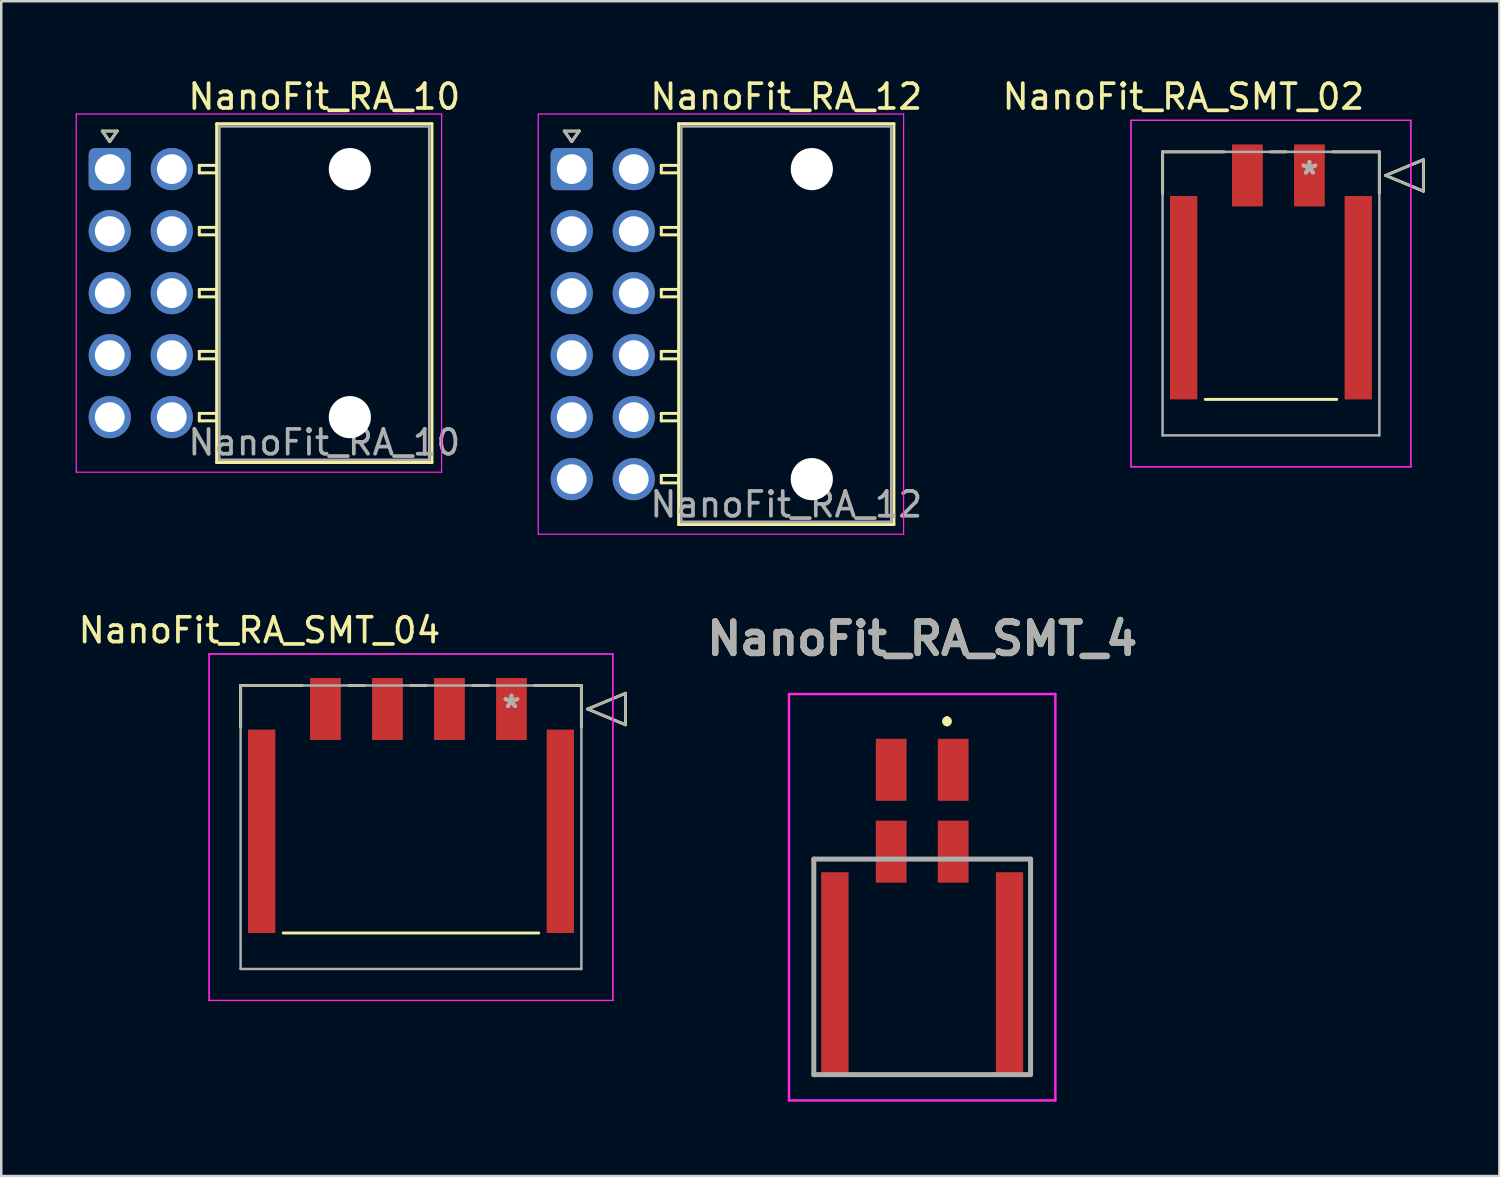
<source format=kicad_pcb>
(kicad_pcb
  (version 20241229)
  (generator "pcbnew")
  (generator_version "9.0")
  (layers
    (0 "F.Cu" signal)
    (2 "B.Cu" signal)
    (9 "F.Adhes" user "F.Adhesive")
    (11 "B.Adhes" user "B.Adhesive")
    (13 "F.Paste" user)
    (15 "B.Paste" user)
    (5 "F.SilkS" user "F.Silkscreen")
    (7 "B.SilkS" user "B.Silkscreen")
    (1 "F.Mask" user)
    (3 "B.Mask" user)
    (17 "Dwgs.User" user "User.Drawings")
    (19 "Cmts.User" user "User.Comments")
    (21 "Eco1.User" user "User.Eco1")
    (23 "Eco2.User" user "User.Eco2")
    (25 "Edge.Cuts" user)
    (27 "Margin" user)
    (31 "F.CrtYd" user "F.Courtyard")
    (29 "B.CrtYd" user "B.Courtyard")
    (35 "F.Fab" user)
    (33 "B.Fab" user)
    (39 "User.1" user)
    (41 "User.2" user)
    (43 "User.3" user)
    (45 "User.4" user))
  (footprint "NanoFit_RA_SMT_02"
    (layer "F.Cu")
    (at 49.743 4.023)
    (property "Reference" "NanoFit_RA_SMT_02" (at -5.08 -3.175 0) (layer "F.SilkS") (effects (font (size 1 1) (thickness 0.15))))
    (attr through_hole)
    (fp_line (start -5.92 -0.95) (end -5.92 0.719) (stroke (width 0.12) (type solid)) (layer "F.SilkS"))
    (fp_line (start -4.2 9.03) (end 1.1 9.03) (stroke (width 0.12) (type solid)) (layer "F.SilkS"))
    (fp_line (start -3.44 -0.95) (end -5.92 -0.95) (stroke (width 0.12) (type solid)) (layer "F.SilkS"))
    (fp_line (start -0.94 -0.95) (end -1.56 -0.95) (stroke (width 0.12) (type solid)) (layer "F.SilkS"))
    (fp_line (start 2.82 -0.95) (end 0.94 -0.95) (stroke (width 0.12) (type solid)) (layer "F.SilkS"))
    (fp_line (start 2.82 0.719) (end 2.82 -0.95) (stroke (width 0.12) (type solid)) (layer "F.SilkS"))
    (fp_line (start 3.074 0) (end 4.598 -0.635) (stroke (width 0.12) (type solid)) (layer "F.SilkS"))
    (fp_line (start 4.598 -0.635) (end 4.598 0.635) (stroke (width 0.12) (type solid)) (layer "F.SilkS"))
    (fp_line (start 4.598 0.635) (end 3.074 0) (stroke (width 0.12) (type solid)) (layer "F.SilkS"))
    (fp_line (start -7.19 -2.22) (end -7.19 11.75) (stroke (width 0.05) (type solid)) (layer "F.CrtYd"))
    (fp_line (start -7.19 -2.22) (end -7.19 11.75) (stroke (width 0.05) (type solid)) (layer "F.CrtYd"))
    (fp_line (start -7.19 11.75) (end 4.09 11.75) (stroke (width 0.05) (type solid)) (layer "F.CrtYd"))
    (fp_line (start -7.19 11.75) (end 4.09 11.75) (stroke (width 0.05) (type solid)) (layer "F.CrtYd"))
    (fp_line (start 4.09 -2.22) (end -7.19 -2.22) (stroke (width 0.05) (type solid)) (layer "F.CrtYd"))
    (fp_line (start 4.09 -2.22) (end -7.19 -2.22) (stroke (width 0.05) (type solid)) (layer "F.CrtYd"))
    (fp_line (start 4.09 11.75) (end 4.09 -2.22) (stroke (width 0.05) (type solid)) (layer "F.CrtYd"))
    (fp_line (start 4.09 11.75) (end 4.09 -2.22) (stroke (width 0.05) (type solid)) (layer "F.CrtYd"))
    (fp_line (start -5.92 -0.95) (end -5.92 10.48) (stroke (width 0.1) (type solid)) (layer "F.Fab"))
    (fp_line (start -5.92 10.48) (end 2.82 10.48) (stroke (width 0.1) (type solid)) (layer "F.Fab"))
    (fp_line (start 2.82 -0.95) (end -5.92 -0.95) (stroke (width 0.1) (type solid)) (layer "F.Fab"))
    (fp_line (start 2.82 10.48) (end 2.82 -0.95) (stroke (width 0.1) (type solid)) (layer "F.Fab"))
    (fp_line (start 3.074 0) (end 4.598 -0.635) (stroke (width 0.1) (type solid)) (layer "F.Fab"))
    (fp_line (start 4.598 -0.635) (end 4.598 0.635) (stroke (width 0.1) (type solid)) (layer "F.Fab"))
    (fp_line (start 4.598 0.635) (end 3.074 0) (stroke (width 0.1) (type solid)) (layer "F.Fab"))
    (fp_text user "*" (at 0 0 0) (layer "F.SilkS") (effects (font (size 1 1) (thickness 0.15))))
    (fp_text user "*" (at 0 0 0) (layer "F.Fab") (effects (font (size 1 1) (thickness 0.15))))
    (pad "1" smd rect (at 0 0) (size 1.24 2.5) (layers "F.Cu" "F.Mask" "F.Paste"))
    (pad "2" smd rect (at -2.5 0) (size 1.24 2.5) (layers "F.Cu" "F.Mask" "F.Paste"))
    (pad "3" smd rect (at 1.97 4.93) (size 1.1 8.2) (layers "F.Cu" "F.Mask" "F.Paste"))
    (pad "4" smd rect (at -5.07 4.93) (size 1.1 8.2) (layers "F.Cu" "F.Mask" "F.Paste")))
  (footprint "NanoFit_RA_SMT_4"
    (layer "F.Cu")
    (at 34.131 34.132)
    (property "Reference" "NanoFit_RA_SMT_4" (at 0 -11.43 0) (layer "F.SilkS") (effects (font (size 1.27 1.27) (thickness 0.254))))
    (attr smd)
    (fp_line (start -4.37 -2.545) (end -4.37 6.145) (stroke (width 0.1) (type solid)) (layer "F.SilkS"))
    (fp_line (start 1 -8.2) (end 1 -8.2) (stroke (width 0.2) (type solid)) (layer "F.SilkS"))
    (fp_line (start 1 -8) (end 1 -8) (stroke (width 0.2) (type solid)) (layer "F.SilkS"))
    (fp_line (start 4.37 -2.545) (end 4.37 6.145) (stroke (width 0.1) (type solid)) (layer "F.SilkS"))
    (fp_arc (start 1 -8.2) (mid 1.1 -8.1) (end 1 -8) (stroke (width 0.2) (type solid)) (layer "F.SilkS"))
    (fp_arc (start 1 -8) (mid 0.9 -8.1) (end 1 -8.2) (stroke (width 0.2) (type solid)) (layer "F.SilkS"))
    (fp_line (start -5.37 -9.2) (end 5.37 -9.2) (stroke (width 0.1) (type solid)) (layer "F.CrtYd"))
    (fp_line (start -5.37 7.185) (end -5.37 -9.2) (stroke (width 0.1) (type solid)) (layer "F.CrtYd"))
    (fp_line (start 5.37 -9.2) (end 5.37 7.185) (stroke (width 0.1) (type solid)) (layer "F.CrtYd"))
    (fp_line (start 5.37 7.185) (end -5.37 7.185) (stroke (width 0.1) (type solid)) (layer "F.CrtYd"))
    (fp_line (start -4.37 -2.545) (end 4.37 -2.545) (stroke (width 0.2) (type solid)) (layer "F.Fab"))
    (fp_line (start -4.37 6.145) (end -4.37 -2.545) (stroke (width 0.2) (type solid)) (layer "F.Fab"))
    (fp_line (start 4.37 -2.545) (end 4.37 6.145) (stroke (width 0.2) (type solid)) (layer "F.Fab"))
    (fp_line (start 4.37 6.145) (end -4.37 6.145) (stroke (width 0.2) (type solid)) (layer "F.Fab"))
    (fp_text user "${REFERENCE}" (at 0 -11.43 0) (layer "F.Fab") (effects (font (size 1.27 1.27) (thickness 0.254))))
    (pad "1" smd rect (at 1.25 -6.145) (size 1.24 2.5) (layers "F.Cu" "F.Mask" "F.Paste"))
    (pad "2" smd rect (at -1.25 -6.145) (size 1.24 2.5) (layers "F.Cu" "F.Mask" "F.Paste"))
    (pad "3" smd rect (at 1.25 -2.845) (size 1.24 2.5) (layers "F.Cu" "F.Mask" "F.Paste"))
    (pad "4" smd rect (at -1.25 -2.845) (size 1.24 2.5) (layers "F.Cu" "F.Mask" "F.Paste"))
    (pad "MP1" smd rect (at -3.52 2.085) (size 1.1 8.2) (layers "F.Cu" "F.Mask" "F.Paste"))
    (pad "MP2" smd rect (at 3.52 2.085) (size 1.1 8.2) (layers "F.Cu" "F.Mask" "F.Paste")))
  (footprint "NanoFit_RA_10"
    (layer "F.Cu")
    (at 1.375 3.768)
    (property "Reference" "NanoFit_RA_10" (at 8.65 -2.92 0) (layer "F.SilkS") (effects (font (size 1 1) (thickness 0.15))))
    (attr through_hole)
    (fp_line (start -0.3 -1.534) (end 0 -1.11) (stroke (width 0.12) (type solid)) (layer "F.SilkS"))
    (fp_line (start 0 -1.11) (end 0.3 -1.534) (stroke (width 0.12) (type solid)) (layer "F.SilkS"))
    (fp_line (start 0.3 -1.534) (end -0.3 -1.534) (stroke (width 0.12) (type solid)) (layer "F.SilkS"))
    (fp_line (start 3.61 -0.15) (end 3.61 0.15) (stroke (width 0.12) (type solid)) (layer "F.SilkS"))
    (fp_line (start 3.61 0.15) (end 4.31 0.15) (stroke (width 0.12) (type solid)) (layer "F.SilkS"))
    (fp_line (start 3.61 2.35) (end 3.61 2.65) (stroke (width 0.12) (type solid)) (layer "F.SilkS"))
    (fp_line (start 3.61 2.65) (end 4.31 2.65) (stroke (width 0.12) (type solid)) (layer "F.SilkS"))
    (fp_line (start 3.61 4.85) (end 3.61 5.15) (stroke (width 0.12) (type solid)) (layer "F.SilkS"))
    (fp_line (start 3.61 5.15) (end 4.31 5.15) (stroke (width 0.12) (type solid)) (layer "F.SilkS"))
    (fp_line (start 3.61 7.35) (end 3.61 7.65) (stroke (width 0.12) (type solid)) (layer "F.SilkS"))
    (fp_line (start 3.61 7.65) (end 4.31 7.65) (stroke (width 0.12) (type solid)) (layer "F.SilkS"))
    (fp_line (start 3.61 9.85) (end 3.61 10.15) (stroke (width 0.12) (type solid)) (layer "F.SilkS"))
    (fp_line (start 3.61 10.15) (end 4.31 10.15) (stroke (width 0.12) (type solid)) (layer "F.SilkS"))
    (fp_line (start 4.31 -1.83) (end 4.31 11.83) (stroke (width 0.12) (type solid)) (layer "F.SilkS"))
    (fp_line (start 4.31 -0.15) (end 3.61 -0.15) (stroke (width 0.12) (type solid)) (layer "F.SilkS"))
    (fp_line (start 4.31 0.15) (end 4.31 -0.15) (stroke (width 0.12) (type solid)) (layer "F.SilkS"))
    (fp_line (start 4.31 2.35) (end 3.61 2.35) (stroke (width 0.12) (type solid)) (layer "F.SilkS"))
    (fp_line (start 4.31 2.65) (end 4.31 2.35) (stroke (width 0.12) (type solid)) (layer "F.SilkS"))
    (fp_line (start 4.31 4.85) (end 3.61 4.85) (stroke (width 0.12) (type solid)) (layer "F.SilkS"))
    (fp_line (start 4.31 5.15) (end 4.31 4.85) (stroke (width 0.12) (type solid)) (layer "F.SilkS"))
    (fp_line (start 4.31 7.35) (end 3.61 7.35) (stroke (width 0.12) (type solid)) (layer "F.SilkS"))
    (fp_line (start 4.31 7.65) (end 4.31 7.35) (stroke (width 0.12) (type solid)) (layer "F.SilkS"))
    (fp_line (start 4.31 9.85) (end 3.61 9.85) (stroke (width 0.12) (type solid)) (layer "F.SilkS"))
    (fp_line (start 4.31 10.15) (end 4.31 9.85) (stroke (width 0.12) (type solid)) (layer "F.SilkS"))
    (fp_line (start 4.31 11.83) (end 12.99 11.83) (stroke (width 0.12) (type solid)) (layer "F.SilkS"))
    (fp_line (start 12.99 -1.83) (end 4.31 -1.83) (stroke (width 0.12) (type solid)) (layer "F.SilkS"))
    (fp_line (start 12.99 11.83) (end 12.99 -1.83) (stroke (width 0.12) (type solid)) (layer "F.SilkS"))
    (fp_line (start -1.35 -2.22) (end -1.35 12.22) (stroke (width 0.05) (type solid)) (layer "F.CrtYd"))
    (fp_line (start -1.35 12.22) (end 13.38 12.22) (stroke (width 0.05) (type solid)) (layer "F.CrtYd"))
    (fp_line (start 13.38 -2.22) (end -1.35 -2.22) (stroke (width 0.05) (type solid)) (layer "F.CrtYd"))
    (fp_line (start 13.38 12.22) (end 13.38 -2.22) (stroke (width 0.05) (type solid)) (layer "F.CrtYd"))
    (fp_line (start -0.3 -1.534) (end 0 -1.11) (stroke (width 0.1) (type solid)) (layer "F.Fab"))
    (fp_line (start 0 -1.11) (end 0.3 -1.534) (stroke (width 0.1) (type solid)) (layer "F.Fab"))
    (fp_line (start 0.3 -1.534) (end -0.3 -1.534) (stroke (width 0.1) (type solid)) (layer "F.Fab"))
    (fp_line (start 4.42 -1.72) (end 4.42 11.72) (stroke (width 0.1) (type solid)) (layer "F.Fab"))
    (fp_line (start 4.42 11.72) (end 12.88 11.72) (stroke (width 0.1) (type solid)) (layer "F.Fab"))
    (fp_line (start 12.88 -1.72) (end 4.42 -1.72) (stroke (width 0.1) (type solid)) (layer "F.Fab"))
    (fp_line (start 12.88 11.72) (end 12.88 -1.72) (stroke (width 0.1) (type solid)) (layer "F.Fab"))
    (fp_text user "${REFERENCE}" (at 8.65 11.02 0) (layer "F.Fab") (effects (font (size 1 1) (thickness 0.15))))
    (pad "" np_thru_hole circle (at 9.68 0) (size 1.7 1.7) (drill 1.7) (layers "*.Cu" "*.Mask"))
    (pad "" np_thru_hole circle (at 9.68 10) (size 1.7 1.7) (drill 1.7) (layers "*.Cu" "*.Mask"))
    (pad "1" thru_hole roundrect (at 0 0) (size 1.7 1.7) (drill 1.2) (layers "*.Cu" "*.Mask") (roundrect_rratio 0.147))
    (pad "2" thru_hole circle (at 0 2.5) (size 1.7 1.7) (drill 1.2) (layers "*.Cu" "*.Mask"))
    (pad "3" thru_hole circle (at 0 5) (size 1.7 1.7) (drill 1.2) (layers "*.Cu" "*.Mask"))
    (pad "4" thru_hole circle (at 0 7.5) (size 1.7 1.7) (drill 1.2) (layers "*.Cu" "*.Mask"))
    (pad "5" thru_hole circle (at 0 10) (size 1.7 1.7) (drill 1.2) (layers "*.Cu" "*.Mask"))
    (pad "6" thru_hole circle (at 2.5 0) (size 1.7 1.7) (drill 1.2) (layers "*.Cu" "*.Mask"))
    (pad "7" thru_hole circle (at 2.5 2.5) (size 1.7 1.7) (drill 1.2) (layers "*.Cu" "*.Mask"))
    (pad "8" thru_hole circle (at 2.5 5) (size 1.7 1.7) (drill 1.2) (layers "*.Cu" "*.Mask"))
    (pad "9" thru_hole circle (at 2.5 7.5) (size 1.7 1.7) (drill 1.2) (layers "*.Cu" "*.Mask"))
    (pad "10" thru_hole circle (at 2.5 10) (size 1.7 1.7) (drill 1.2) (layers "*.Cu" "*.Mask")))
  (footprint "NanoFit_RA_12"
    (layer "F.Cu")
    (at 20.001 3.768)
    (property "Reference" "NanoFit_RA_12" (at 8.65 -2.92 0) (layer "F.SilkS") (effects (font (size 1 1) (thickness 0.15))))
    (attr through_hole)
    (fp_line (start -0.3 -1.534) (end 0 -1.11) (stroke (width 0.12) (type solid)) (layer "F.SilkS"))
    (fp_line (start 0 -1.11) (end 0.3 -1.534) (stroke (width 0.12) (type solid)) (layer "F.SilkS"))
    (fp_line (start 0.3 -1.534) (end -0.3 -1.534) (stroke (width 0.12) (type solid)) (layer "F.SilkS"))
    (fp_line (start 3.61 -0.15) (end 3.61 0.15) (stroke (width 0.12) (type solid)) (layer "F.SilkS"))
    (fp_line (start 3.61 0.15) (end 4.31 0.15) (stroke (width 0.12) (type solid)) (layer "F.SilkS"))
    (fp_line (start 3.61 2.35) (end 3.61 2.65) (stroke (width 0.12) (type solid)) (layer "F.SilkS"))
    (fp_line (start 3.61 2.65) (end 4.31 2.65) (stroke (width 0.12) (type solid)) (layer "F.SilkS"))
    (fp_line (start 3.61 4.85) (end 3.61 5.15) (stroke (width 0.12) (type solid)) (layer "F.SilkS"))
    (fp_line (start 3.61 5.15) (end 4.31 5.15) (stroke (width 0.12) (type solid)) (layer "F.SilkS"))
    (fp_line (start 3.61 7.35) (end 3.61 7.65) (stroke (width 0.12) (type solid)) (layer "F.SilkS"))
    (fp_line (start 3.61 7.65) (end 4.31 7.65) (stroke (width 0.12) (type solid)) (layer "F.SilkS"))
    (fp_line (start 3.61 9.85) (end 3.61 10.15) (stroke (width 0.12) (type solid)) (layer "F.SilkS"))
    (fp_line (start 3.61 10.15) (end 4.31 10.15) (stroke (width 0.12) (type solid)) (layer "F.SilkS"))
    (fp_line (start 3.61 12.35) (end 3.61 12.65) (stroke (width 0.12) (type solid)) (layer "F.SilkS"))
    (fp_line (start 3.61 12.65) (end 4.31 12.65) (stroke (width 0.12) (type solid)) (layer "F.SilkS"))
    (fp_line (start 4.31 -1.83) (end 4.31 14.33) (stroke (width 0.12) (type solid)) (layer "F.SilkS"))
    (fp_line (start 4.31 -0.15) (end 3.61 -0.15) (stroke (width 0.12) (type solid)) (layer "F.SilkS"))
    (fp_line (start 4.31 0.15) (end 4.31 -0.15) (stroke (width 0.12) (type solid)) (layer "F.SilkS"))
    (fp_line (start 4.31 2.35) (end 3.61 2.35) (stroke (width 0.12) (type solid)) (layer "F.SilkS"))
    (fp_line (start 4.31 2.65) (end 4.31 2.35) (stroke (width 0.12) (type solid)) (layer "F.SilkS"))
    (fp_line (start 4.31 4.85) (end 3.61 4.85) (stroke (width 0.12) (type solid)) (layer "F.SilkS"))
    (fp_line (start 4.31 5.15) (end 4.31 4.85) (stroke (width 0.12) (type solid)) (layer "F.SilkS"))
    (fp_line (start 4.31 7.35) (end 3.61 7.35) (stroke (width 0.12) (type solid)) (layer "F.SilkS"))
    (fp_line (start 4.31 7.65) (end 4.31 7.35) (stroke (width 0.12) (type solid)) (layer "F.SilkS"))
    (fp_line (start 4.31 9.85) (end 3.61 9.85) (stroke (width 0.12) (type solid)) (layer "F.SilkS"))
    (fp_line (start 4.31 10.15) (end 4.31 9.85) (stroke (width 0.12) (type solid)) (layer "F.SilkS"))
    (fp_line (start 4.31 12.35) (end 3.61 12.35) (stroke (width 0.12) (type solid)) (layer "F.SilkS"))
    (fp_line (start 4.31 12.65) (end 4.31 12.35) (stroke (width 0.12) (type solid)) (layer "F.SilkS"))
    (fp_line (start 4.31 14.33) (end 12.99 14.33) (stroke (width 0.12) (type solid)) (layer "F.SilkS"))
    (fp_line (start 12.99 -1.83) (end 4.31 -1.83) (stroke (width 0.12) (type solid)) (layer "F.SilkS"))
    (fp_line (start 12.99 14.33) (end 12.99 -1.83) (stroke (width 0.12) (type solid)) (layer "F.SilkS"))
    (fp_line (start -1.35 -2.22) (end -1.35 14.72) (stroke (width 0.05) (type solid)) (layer "F.CrtYd"))
    (fp_line (start -1.35 14.72) (end 13.38 14.72) (stroke (width 0.05) (type solid)) (layer "F.CrtYd"))
    (fp_line (start 13.38 -2.22) (end -1.35 -2.22) (stroke (width 0.05) (type solid)) (layer "F.CrtYd"))
    (fp_line (start 13.38 14.72) (end 13.38 -2.22) (stroke (width 0.05) (type solid)) (layer "F.CrtYd"))
    (fp_line (start -0.3 -1.534) (end 0 -1.11) (stroke (width 0.1) (type solid)) (layer "F.Fab"))
    (fp_line (start 0 -1.11) (end 0.3 -1.534) (stroke (width 0.1) (type solid)) (layer "F.Fab"))
    (fp_line (start 0.3 -1.534) (end -0.3 -1.534) (stroke (width 0.1) (type solid)) (layer "F.Fab"))
    (fp_line (start 4.42 -1.72) (end 4.42 14.22) (stroke (width 0.1) (type solid)) (layer "F.Fab"))
    (fp_line (start 4.42 14.22) (end 12.88 14.22) (stroke (width 0.1) (type solid)) (layer "F.Fab"))
    (fp_line (start 12.88 -1.72) (end 4.42 -1.72) (stroke (width 0.1) (type solid)) (layer "F.Fab"))
    (fp_line (start 12.88 14.22) (end 12.88 -1.72) (stroke (width 0.1) (type solid)) (layer "F.Fab"))
    (fp_text user "${REFERENCE}" (at 8.65 13.52 0) (layer "F.Fab") (effects (font (size 1 1) (thickness 0.15))))
    (pad "" np_thru_hole circle (at 9.68 0) (size 1.7 1.7) (drill 1.7) (layers "*.Cu" "*.Mask"))
    (pad "" np_thru_hole circle (at 9.68 12.5) (size 1.7 1.7) (drill 1.7) (layers "*.Cu" "*.Mask"))
    (pad "1" thru_hole roundrect (at 0 0) (size 1.7 1.7) (drill 1.2) (layers "*.Cu" "*.Mask") (roundrect_rratio 0.147))
    (pad "2" thru_hole circle (at 0 2.5) (size 1.7 1.7) (drill 1.2) (layers "*.Cu" "*.Mask"))
    (pad "3" thru_hole circle (at 0 5) (size 1.7 1.7) (drill 1.2) (layers "*.Cu" "*.Mask"))
    (pad "4" thru_hole circle (at 0 7.5) (size 1.7 1.7) (drill 1.2) (layers "*.Cu" "*.Mask"))
    (pad "5" thru_hole circle (at 0 10) (size 1.7 1.7) (drill 1.2) (layers "*.Cu" "*.Mask"))
    (pad "6" thru_hole circle (at 0 12.5) (size 1.7 1.7) (drill 1.2) (layers "*.Cu" "*.Mask"))
    (pad "7" thru_hole circle (at 2.5 0) (size 1.7 1.7) (drill 1.2) (layers "*.Cu" "*.Mask"))
    (pad "8" thru_hole circle (at 2.5 2.5) (size 1.7 1.7) (drill 1.2) (layers "*.Cu" "*.Mask"))
    (pad "9" thru_hole circle (at 2.5 5) (size 1.7 1.7) (drill 1.2) (layers "*.Cu" "*.Mask"))
    (pad "10" thru_hole circle (at 2.5 7.5) (size 1.7 1.7) (drill 1.2) (layers "*.Cu" "*.Mask"))
    (pad "11" thru_hole circle (at 2.5 10) (size 1.7 1.7) (drill 1.2) (layers "*.Cu" "*.Mask"))
    (pad "12" thru_hole circle (at 2.5 12.5) (size 1.7 1.7) (drill 1.2) (layers "*.Cu" "*.Mask")))
  (footprint "NanoFit_RA_SMT_04"
    (layer "F.Cu")
    (at 17.571 25.537)
    (property "Reference" "NanoFit_RA_SMT_04" (at -10.16 -3.175 0) (layer "F.SilkS") (effects (font (size 1 1) (thickness 0.15))))
    (attr through_hole)
    (fp_line (start -10.92 -0.95) (end -10.92 0.719) (stroke (width 0.12) (type solid)) (layer "F.SilkS"))
    (fp_line (start -9.2 9.03) (end 1.1 9.03) (stroke (width 0.12) (type solid)) (layer "F.SilkS"))
    (fp_line (start -8.44 -0.95) (end -10.92 -0.95) (stroke (width 0.12) (type solid)) (layer "F.SilkS"))
    (fp_line (start -5.94 -0.95) (end -6.56 -0.95) (stroke (width 0.12) (type solid)) (layer "F.SilkS"))
    (fp_line (start -3.44 -0.95) (end -4.06 -0.95) (stroke (width 0.12) (type solid)) (layer "F.SilkS"))
    (fp_line (start -0.94 -0.95) (end -1.56 -0.95) (stroke (width 0.12) (type solid)) (layer "F.SilkS"))
    (fp_line (start 2.82 -0.95) (end 0.94 -0.95) (stroke (width 0.12) (type solid)) (layer "F.SilkS"))
    (fp_line (start 2.82 0.719) (end 2.82 -0.95) (stroke (width 0.12) (type solid)) (layer "F.SilkS"))
    (fp_line (start 3.074 0) (end 4.598 -0.635) (stroke (width 0.12) (type solid)) (layer "F.SilkS"))
    (fp_line (start 4.598 -0.635) (end 4.598 0.635) (stroke (width 0.12) (type solid)) (layer "F.SilkS"))
    (fp_line (start 4.598 0.635) (end 3.074 0) (stroke (width 0.12) (type solid)) (layer "F.SilkS"))
    (fp_line (start -12.19 -2.22) (end -12.19 11.75) (stroke (width 0.05) (type solid)) (layer "F.CrtYd"))
    (fp_line (start -12.19 -2.22) (end -12.19 11.75) (stroke (width 0.05) (type solid)) (layer "F.CrtYd"))
    (fp_line (start -12.19 11.75) (end 4.09 11.75) (stroke (width 0.05) (type solid)) (layer "F.CrtYd"))
    (fp_line (start -12.19 11.75) (end 4.09 11.75) (stroke (width 0.05) (type solid)) (layer "F.CrtYd"))
    (fp_line (start 4.09 -2.22) (end -12.19 -2.22) (stroke (width 0.05) (type solid)) (layer "F.CrtYd"))
    (fp_line (start 4.09 -2.22) (end -12.19 -2.22) (stroke (width 0.05) (type solid)) (layer "F.CrtYd"))
    (fp_line (start 4.09 11.75) (end 4.09 -2.22) (stroke (width 0.05) (type solid)) (layer "F.CrtYd"))
    (fp_line (start 4.09 11.75) (end 4.09 -2.22) (stroke (width 0.05) (type solid)) (layer "F.CrtYd"))
    (fp_line (start -10.92 -0.95) (end -10.92 10.48) (stroke (width 0.1) (type solid)) (layer "F.Fab"))
    (fp_line (start -10.92 10.48) (end 2.82 10.48) (stroke (width 0.1) (type solid)) (layer "F.Fab"))
    (fp_line (start 2.82 -0.95) (end -10.92 -0.95) (stroke (width 0.1) (type solid)) (layer "F.Fab"))
    (fp_line (start 2.82 10.48) (end 2.82 -0.95) (stroke (width 0.1) (type solid)) (layer "F.Fab"))
    (fp_line (start 3.074 0) (end 4.598 -0.635) (stroke (width 0.1) (type solid)) (layer "F.Fab"))
    (fp_line (start 4.598 -0.635) (end 4.598 0.635) (stroke (width 0.1) (type solid)) (layer "F.Fab"))
    (fp_line (start 4.598 0.635) (end 3.074 0) (stroke (width 0.1) (type solid)) (layer "F.Fab"))
    (fp_text user "*" (at 0 0 0) (layer "F.SilkS") (effects (font (size 1 1) (thickness 0.15))))
    (fp_text user "*" (at 0 0 0) (layer "F.Fab") (effects (font (size 1 1) (thickness 0.15))))
    (pad "1" smd rect (at 0 0) (size 1.24 2.5) (layers "F.Cu" "F.Mask" "F.Paste"))
    (pad "2" smd rect (at -2.5 0) (size 1.24 2.5) (layers "F.Cu" "F.Mask" "F.Paste"))
    (pad "3" smd rect (at -5 0) (size 1.24 2.5) (layers "F.Cu" "F.Mask" "F.Paste"))
    (pad "4" smd rect (at -7.5 0) (size 1.24 2.5) (layers "F.Cu" "F.Mask" "F.Paste"))
    (pad "5" smd rect (at 1.97 4.93) (size 1.1 8.2) (layers "F.Cu" "F.Mask" "F.Paste"))
    (pad "6" smd rect (at -10.07 4.93) (size 1.1 8.2) (layers "F.Cu" "F.Mask" "F.Paste")))
  (gr_rect
    (start -3 -3)
    (end 57.401 44.367)
    (stroke (width 0.1) (type default))
    (fill no)
    (layer "Edge.Cuts")))
</source>
